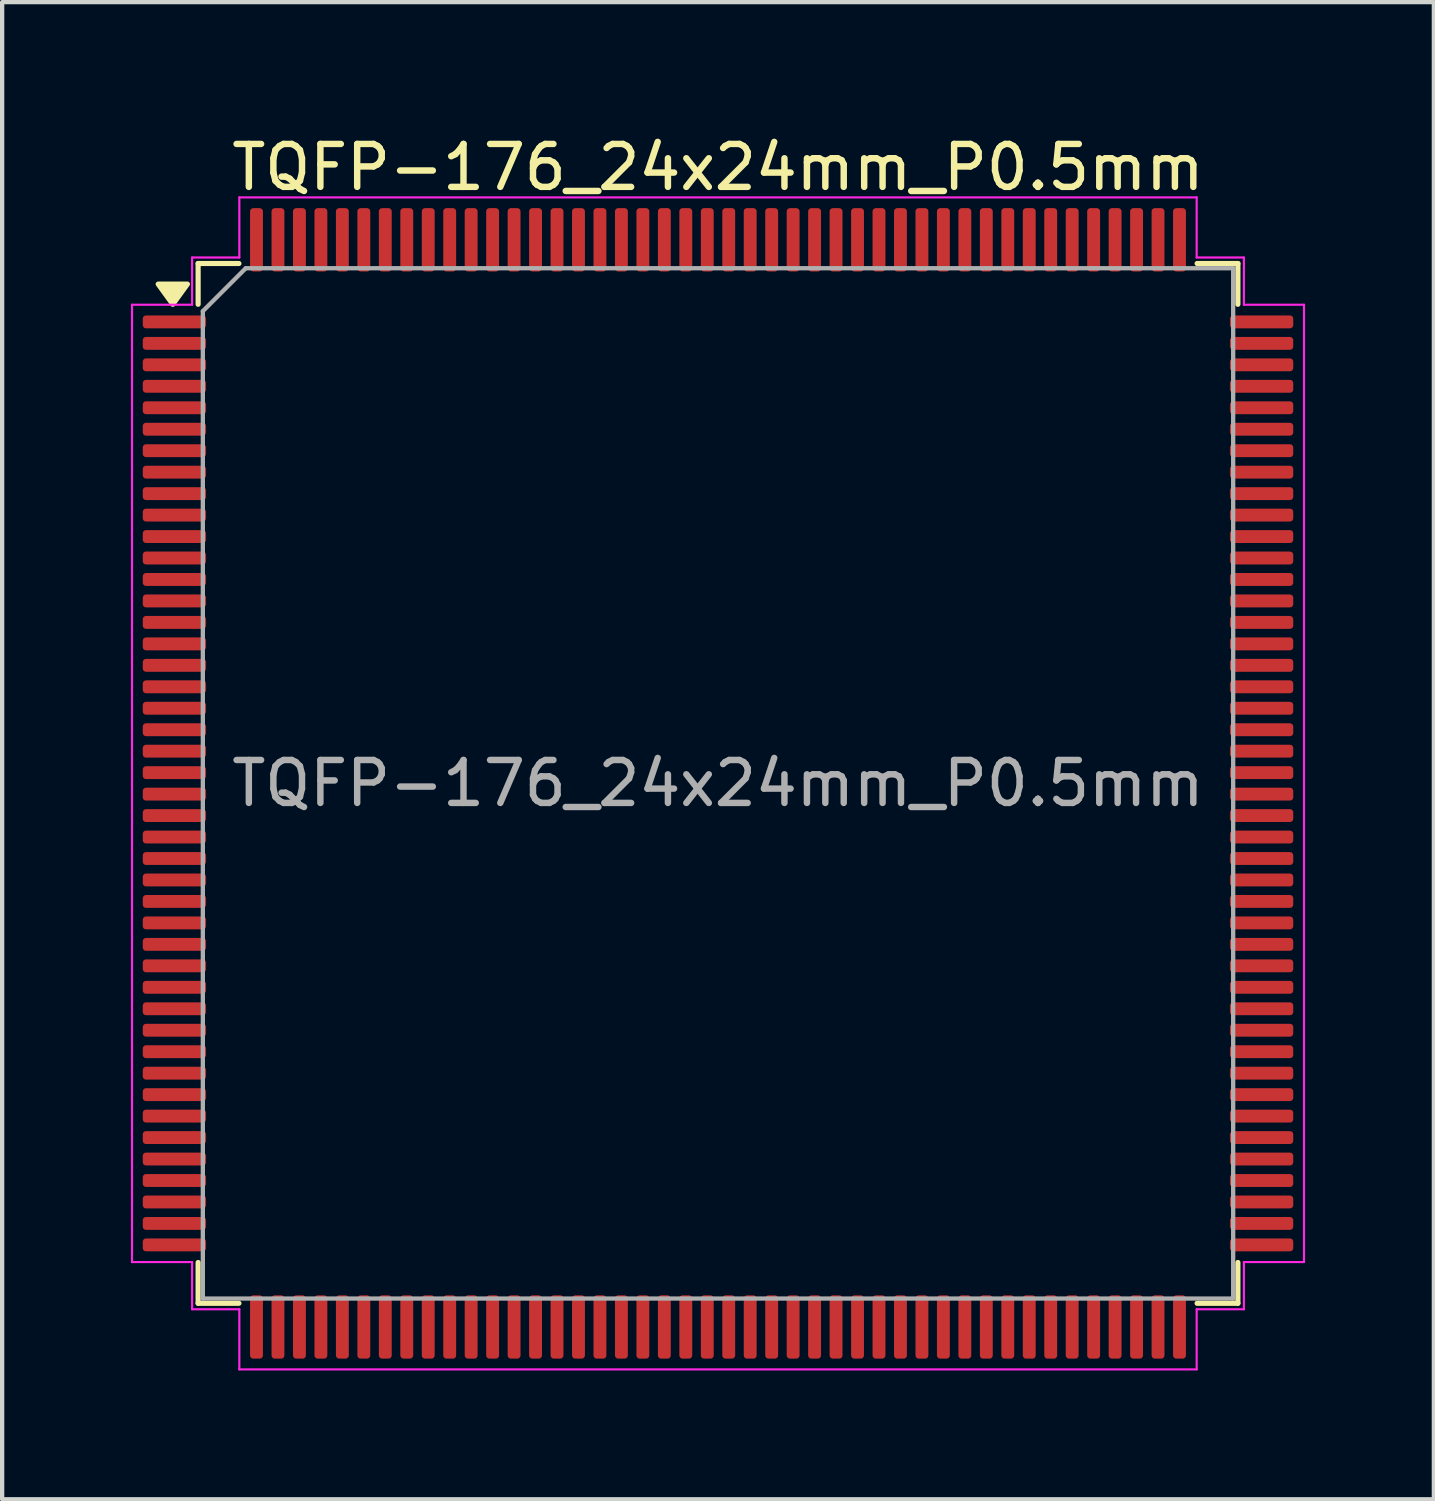
<source format=kicad_pcb>
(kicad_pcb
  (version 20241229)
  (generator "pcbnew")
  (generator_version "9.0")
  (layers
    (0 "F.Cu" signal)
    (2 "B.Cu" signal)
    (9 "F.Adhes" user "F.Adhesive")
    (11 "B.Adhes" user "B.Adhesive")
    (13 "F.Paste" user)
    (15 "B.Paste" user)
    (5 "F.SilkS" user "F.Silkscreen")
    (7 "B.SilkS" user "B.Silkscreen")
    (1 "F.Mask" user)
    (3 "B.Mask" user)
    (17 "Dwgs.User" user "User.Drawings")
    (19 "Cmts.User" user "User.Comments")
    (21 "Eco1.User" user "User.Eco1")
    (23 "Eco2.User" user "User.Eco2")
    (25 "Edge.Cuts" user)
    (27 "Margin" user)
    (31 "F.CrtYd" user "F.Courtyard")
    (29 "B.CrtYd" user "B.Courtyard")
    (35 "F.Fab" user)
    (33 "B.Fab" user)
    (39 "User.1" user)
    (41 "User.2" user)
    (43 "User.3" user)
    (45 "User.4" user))
  (footprint "TQFP-176_24x24mm_P0.5mm"
    (layer "F.Cu")
    (at 13.675 15.198)
    (property "Reference" "TQFP-176_24x24mm_P0.5mm" (at 0 -14.35 0) (layer "F.SilkS") (effects (font (size 1 1) (thickness 0.15))))
    (attr smd)
    (fp_line (start -12.11 -12.11) (end -12.11 -11.16) (stroke (width 0.12) (type solid)) (layer "F.SilkS"))
    (fp_line (start -12.11 12.11) (end -12.11 11.16) (stroke (width 0.12) (type solid)) (layer "F.SilkS"))
    (fp_line (start -11.16 -12.11) (end -12.11 -12.11) (stroke (width 0.12) (type solid)) (layer "F.SilkS"))
    (fp_line (start -11.16 12.11) (end -12.11 12.11) (stroke (width 0.12) (type solid)) (layer "F.SilkS"))
    (fp_line (start 11.16 -12.11) (end 12.11 -12.11) (stroke (width 0.12) (type solid)) (layer "F.SilkS"))
    (fp_line (start 11.16 12.11) (end 12.11 12.11) (stroke (width 0.12) (type solid)) (layer "F.SilkS"))
    (fp_line (start 12.11 -12.11) (end 12.11 -11.16) (stroke (width 0.12) (type solid)) (layer "F.SilkS"))
    (fp_line (start 12.11 12.11) (end 12.11 11.16) (stroke (width 0.12) (type solid)) (layer "F.SilkS"))
    (fp_poly (pts (xy -12.7 -11.16) (xy -13.04 -11.63) (xy -12.36 -11.63)) (stroke (width 0.12) (type solid)) (fill yes) (layer "F.SilkS"))
    (fp_line (start -13.65 -11.15) (end -12.25 -11.15) (stroke (width 0.05) (type solid)) (layer "F.CrtYd"))
    (fp_line (start -13.65 11.15) (end -13.65 -11.15) (stroke (width 0.05) (type solid)) (layer "F.CrtYd"))
    (fp_line (start -12.25 -12.25) (end -11.15 -12.25) (stroke (width 0.05) (type solid)) (layer "F.CrtYd"))
    (fp_line (start -12.25 -11.15) (end -12.25 -12.25) (stroke (width 0.05) (type solid)) (layer "F.CrtYd"))
    (fp_line (start -12.25 11.15) (end -13.65 11.15) (stroke (width 0.05) (type solid)) (layer "F.CrtYd"))
    (fp_line (start -12.25 12.25) (end -12.25 11.15) (stroke (width 0.05) (type solid)) (layer "F.CrtYd"))
    (fp_line (start -11.15 -13.65) (end 11.15 -13.65) (stroke (width 0.05) (type solid)) (layer "F.CrtYd"))
    (fp_line (start -11.15 -12.25) (end -11.15 -13.65) (stroke (width 0.05) (type solid)) (layer "F.CrtYd"))
    (fp_line (start -11.15 12.25) (end -12.25 12.25) (stroke (width 0.05) (type solid)) (layer "F.CrtYd"))
    (fp_line (start -11.15 13.65) (end -11.15 12.25) (stroke (width 0.05) (type solid)) (layer "F.CrtYd"))
    (fp_line (start 11.15 -13.65) (end 11.15 -12.25) (stroke (width 0.05) (type solid)) (layer "F.CrtYd"))
    (fp_line (start 11.15 -12.25) (end 12.25 -12.25) (stroke (width 0.05) (type solid)) (layer "F.CrtYd"))
    (fp_line (start 11.15 12.25) (end 11.15 13.65) (stroke (width 0.05) (type solid)) (layer "F.CrtYd"))
    (fp_line (start 11.15 13.65) (end -11.15 13.65) (stroke (width 0.05) (type solid)) (layer "F.CrtYd"))
    (fp_line (start 12.25 -12.25) (end 12.25 -11.15) (stroke (width 0.05) (type solid)) (layer "F.CrtYd"))
    (fp_line (start 12.25 -11.15) (end 13.65 -11.15) (stroke (width 0.05) (type solid)) (layer "F.CrtYd"))
    (fp_line (start 12.25 11.15) (end 12.25 12.25) (stroke (width 0.05) (type solid)) (layer "F.CrtYd"))
    (fp_line (start 12.25 12.25) (end 11.15 12.25) (stroke (width 0.05) (type solid)) (layer "F.CrtYd"))
    (fp_line (start 13.65 -11.15) (end 13.65 11.15) (stroke (width 0.05) (type solid)) (layer "F.CrtYd"))
    (fp_line (start 13.65 11.15) (end 12.25 11.15) (stroke (width 0.05) (type solid)) (layer "F.CrtYd"))
    (fp_line (start -12 -11) (end -11 -12) (stroke (width 0.1) (type solid)) (layer "F.Fab"))
    (fp_line (start -12 12) (end -12 -11) (stroke (width 0.1) (type solid)) (layer "F.Fab"))
    (fp_line (start -11 -12) (end 12 -12) (stroke (width 0.1) (type solid)) (layer "F.Fab"))
    (fp_line (start 12 -12) (end 12 12) (stroke (width 0.1) (type solid)) (layer "F.Fab"))
    (fp_line (start 12 12) (end -12 12) (stroke (width 0.1) (type solid)) (layer "F.Fab"))
    (fp_text user "${REFERENCE}" (at 0 0 0) (layer "F.Fab") (effects (font (size 1 1) (thickness 0.15))))
    (pad "1" smd roundrect (at -12.662 -10.75) (size 1.475 0.3) (layers "F.Cu" "F.Mask" "F.Paste") (roundrect_rratio 0.25))
    (pad "2" smd roundrect (at -12.662 -10.25) (size 1.475 0.3) (layers "F.Cu" "F.Mask" "F.Paste") (roundrect_rratio 0.25))
    (pad "3" smd roundrect (at -12.662 -9.75) (size 1.475 0.3) (layers "F.Cu" "F.Mask" "F.Paste") (roundrect_rratio 0.25))
    (pad "4" smd roundrect (at -12.662 -9.25) (size 1.475 0.3) (layers "F.Cu" "F.Mask" "F.Paste") (roundrect_rratio 0.25))
    (pad "5" smd roundrect (at -12.662 -8.75) (size 1.475 0.3) (layers "F.Cu" "F.Mask" "F.Paste") (roundrect_rratio 0.25))
    (pad "6" smd roundrect (at -12.662 -8.25) (size 1.475 0.3) (layers "F.Cu" "F.Mask" "F.Paste") (roundrect_rratio 0.25))
    (pad "7" smd roundrect (at -12.662 -7.75) (size 1.475 0.3) (layers "F.Cu" "F.Mask" "F.Paste") (roundrect_rratio 0.25))
    (pad "8" smd roundrect (at -12.662 -7.25) (size 1.475 0.3) (layers "F.Cu" "F.Mask" "F.Paste") (roundrect_rratio 0.25))
    (pad "9" smd roundrect (at -12.662 -6.75) (size 1.475 0.3) (layers "F.Cu" "F.Mask" "F.Paste") (roundrect_rratio 0.25))
    (pad "10" smd roundrect (at -12.662 -6.25) (size 1.475 0.3) (layers "F.Cu" "F.Mask" "F.Paste") (roundrect_rratio 0.25))
    (pad "11" smd roundrect (at -12.662 -5.75) (size 1.475 0.3) (layers "F.Cu" "F.Mask" "F.Paste") (roundrect_rratio 0.25))
    (pad "12" smd roundrect (at -12.662 -5.25) (size 1.475 0.3) (layers "F.Cu" "F.Mask" "F.Paste") (roundrect_rratio 0.25))
    (pad "13" smd roundrect (at -12.662 -4.75) (size 1.475 0.3) (layers "F.Cu" "F.Mask" "F.Paste") (roundrect_rratio 0.25))
    (pad "14" smd roundrect (at -12.662 -4.25) (size 1.475 0.3) (layers "F.Cu" "F.Mask" "F.Paste") (roundrect_rratio 0.25))
    (pad "15" smd roundrect (at -12.662 -3.75) (size 1.475 0.3) (layers "F.Cu" "F.Mask" "F.Paste") (roundrect_rratio 0.25))
    (pad "16" smd roundrect (at -12.662 -3.25) (size 1.475 0.3) (layers "F.Cu" "F.Mask" "F.Paste") (roundrect_rratio 0.25))
    (pad "17" smd roundrect (at -12.662 -2.75) (size 1.475 0.3) (layers "F.Cu" "F.Mask" "F.Paste") (roundrect_rratio 0.25))
    (pad "18" smd roundrect (at -12.662 -2.25) (size 1.475 0.3) (layers "F.Cu" "F.Mask" "F.Paste") (roundrect_rratio 0.25))
    (pad "19" smd roundrect (at -12.662 -1.75) (size 1.475 0.3) (layers "F.Cu" "F.Mask" "F.Paste") (roundrect_rratio 0.25))
    (pad "20" smd roundrect (at -12.662 -1.25) (size 1.475 0.3) (layers "F.Cu" "F.Mask" "F.Paste") (roundrect_rratio 0.25))
    (pad "21" smd roundrect (at -12.662 -0.75) (size 1.475 0.3) (layers "F.Cu" "F.Mask" "F.Paste") (roundrect_rratio 0.25))
    (pad "22" smd roundrect (at -12.662 -0.25) (size 1.475 0.3) (layers "F.Cu" "F.Mask" "F.Paste") (roundrect_rratio 0.25))
    (pad "23" smd roundrect (at -12.662 0.25) (size 1.475 0.3) (layers "F.Cu" "F.Mask" "F.Paste") (roundrect_rratio 0.25))
    (pad "24" smd roundrect (at -12.662 0.75) (size 1.475 0.3) (layers "F.Cu" "F.Mask" "F.Paste") (roundrect_rratio 0.25))
    (pad "25" smd roundrect (at -12.662 1.25) (size 1.475 0.3) (layers "F.Cu" "F.Mask" "F.Paste") (roundrect_rratio 0.25))
    (pad "26" smd roundrect (at -12.662 1.75) (size 1.475 0.3) (layers "F.Cu" "F.Mask" "F.Paste") (roundrect_rratio 0.25))
    (pad "27" smd roundrect (at -12.662 2.25) (size 1.475 0.3) (layers "F.Cu" "F.Mask" "F.Paste") (roundrect_rratio 0.25))
    (pad "28" smd roundrect (at -12.662 2.75) (size 1.475 0.3) (layers "F.Cu" "F.Mask" "F.Paste") (roundrect_rratio 0.25))
    (pad "29" smd roundrect (at -12.662 3.25) (size 1.475 0.3) (layers "F.Cu" "F.Mask" "F.Paste") (roundrect_rratio 0.25))
    (pad "30" smd roundrect (at -12.662 3.75) (size 1.475 0.3) (layers "F.Cu" "F.Mask" "F.Paste") (roundrect_rratio 0.25))
    (pad "31" smd roundrect (at -12.662 4.25) (size 1.475 0.3) (layers "F.Cu" "F.Mask" "F.Paste") (roundrect_rratio 0.25))
    (pad "32" smd roundrect (at -12.662 4.75) (size 1.475 0.3) (layers "F.Cu" "F.Mask" "F.Paste") (roundrect_rratio 0.25))
    (pad "33" smd roundrect (at -12.662 5.25) (size 1.475 0.3) (layers "F.Cu" "F.Mask" "F.Paste") (roundrect_rratio 0.25))
    (pad "34" smd roundrect (at -12.662 5.75) (size 1.475 0.3) (layers "F.Cu" "F.Mask" "F.Paste") (roundrect_rratio 0.25))
    (pad "35" smd roundrect (at -12.662 6.25) (size 1.475 0.3) (layers "F.Cu" "F.Mask" "F.Paste") (roundrect_rratio 0.25))
    (pad "36" smd roundrect (at -12.662 6.75) (size 1.475 0.3) (layers "F.Cu" "F.Mask" "F.Paste") (roundrect_rratio 0.25))
    (pad "37" smd roundrect (at -12.662 7.25) (size 1.475 0.3) (layers "F.Cu" "F.Mask" "F.Paste") (roundrect_rratio 0.25))
    (pad "38" smd roundrect (at -12.662 7.75) (size 1.475 0.3) (layers "F.Cu" "F.Mask" "F.Paste") (roundrect_rratio 0.25))
    (pad "39" smd roundrect (at -12.662 8.25) (size 1.475 0.3) (layers "F.Cu" "F.Mask" "F.Paste") (roundrect_rratio 0.25))
    (pad "40" smd roundrect (at -12.662 8.75) (size 1.475 0.3) (layers "F.Cu" "F.Mask" "F.Paste") (roundrect_rratio 0.25))
    (pad "41" smd roundrect (at -12.662 9.25) (size 1.475 0.3) (layers "F.Cu" "F.Mask" "F.Paste") (roundrect_rratio 0.25))
    (pad "42" smd roundrect (at -12.662 9.75) (size 1.475 0.3) (layers "F.Cu" "F.Mask" "F.Paste") (roundrect_rratio 0.25))
    (pad "43" smd roundrect (at -12.662 10.25) (size 1.475 0.3) (layers "F.Cu" "F.Mask" "F.Paste") (roundrect_rratio 0.25))
    (pad "44" smd roundrect (at -12.662 10.75) (size 1.475 0.3) (layers "F.Cu" "F.Mask" "F.Paste") (roundrect_rratio 0.25))
    (pad "45" smd roundrect (at -10.75 12.662) (size 0.3 1.475) (layers "F.Cu" "F.Mask" "F.Paste") (roundrect_rratio 0.25))
    (pad "46" smd roundrect (at -10.25 12.662) (size 0.3 1.475) (layers "F.Cu" "F.Mask" "F.Paste") (roundrect_rratio 0.25))
    (pad "47" smd roundrect (at -9.75 12.662) (size 0.3 1.475) (layers "F.Cu" "F.Mask" "F.Paste") (roundrect_rratio 0.25))
    (pad "48" smd roundrect (at -9.25 12.662) (size 0.3 1.475) (layers "F.Cu" "F.Mask" "F.Paste") (roundrect_rratio 0.25))
    (pad "49" smd roundrect (at -8.75 12.662) (size 0.3 1.475) (layers "F.Cu" "F.Mask" "F.Paste") (roundrect_rratio 0.25))
    (pad "50" smd roundrect (at -8.25 12.662) (size 0.3 1.475) (layers "F.Cu" "F.Mask" "F.Paste") (roundrect_rratio 0.25))
    (pad "51" smd roundrect (at -7.75 12.662) (size 0.3 1.475) (layers "F.Cu" "F.Mask" "F.Paste") (roundrect_rratio 0.25))
    (pad "52" smd roundrect (at -7.25 12.662) (size 0.3 1.475) (layers "F.Cu" "F.Mask" "F.Paste") (roundrect_rratio 0.25))
    (pad "53" smd roundrect (at -6.75 12.662) (size 0.3 1.475) (layers "F.Cu" "F.Mask" "F.Paste") (roundrect_rratio 0.25))
    (pad "54" smd roundrect (at -6.25 12.662) (size 0.3 1.475) (layers "F.Cu" "F.Mask" "F.Paste") (roundrect_rratio 0.25))
    (pad "55" smd roundrect (at -5.75 12.662) (size 0.3 1.475) (layers "F.Cu" "F.Mask" "F.Paste") (roundrect_rratio 0.25))
    (pad "56" smd roundrect (at -5.25 12.662) (size 0.3 1.475) (layers "F.Cu" "F.Mask" "F.Paste") (roundrect_rratio 0.25))
    (pad "57" smd roundrect (at -4.75 12.662) (size 0.3 1.475) (layers "F.Cu" "F.Mask" "F.Paste") (roundrect_rratio 0.25))
    (pad "58" smd roundrect (at -4.25 12.662) (size 0.3 1.475) (layers "F.Cu" "F.Mask" "F.Paste") (roundrect_rratio 0.25))
    (pad "59" smd roundrect (at -3.75 12.662) (size 0.3 1.475) (layers "F.Cu" "F.Mask" "F.Paste") (roundrect_rratio 0.25))
    (pad "60" smd roundrect (at -3.25 12.662) (size 0.3 1.475) (layers "F.Cu" "F.Mask" "F.Paste") (roundrect_rratio 0.25))
    (pad "61" smd roundrect (at -2.75 12.662) (size 0.3 1.475) (layers "F.Cu" "F.Mask" "F.Paste") (roundrect_rratio 0.25))
    (pad "62" smd roundrect (at -2.25 12.662) (size 0.3 1.475) (layers "F.Cu" "F.Mask" "F.Paste") (roundrect_rratio 0.25))
    (pad "63" smd roundrect (at -1.75 12.662) (size 0.3 1.475) (layers "F.Cu" "F.Mask" "F.Paste") (roundrect_rratio 0.25))
    (pad "64" smd roundrect (at -1.25 12.662) (size 0.3 1.475) (layers "F.Cu" "F.Mask" "F.Paste") (roundrect_rratio 0.25))
    (pad "65" smd roundrect (at -0.75 12.662) (size 0.3 1.475) (layers "F.Cu" "F.Mask" "F.Paste") (roundrect_rratio 0.25))
    (pad "66" smd roundrect (at -0.25 12.662) (size 0.3 1.475) (layers "F.Cu" "F.Mask" "F.Paste") (roundrect_rratio 0.25))
    (pad "67" smd roundrect (at 0.25 12.662) (size 0.3 1.475) (layers "F.Cu" "F.Mask" "F.Paste") (roundrect_rratio 0.25))
    (pad "68" smd roundrect (at 0.75 12.662) (size 0.3 1.475) (layers "F.Cu" "F.Mask" "F.Paste") (roundrect_rratio 0.25))
    (pad "69" smd roundrect (at 1.25 12.662) (size 0.3 1.475) (layers "F.Cu" "F.Mask" "F.Paste") (roundrect_rratio 0.25))
    (pad "70" smd roundrect (at 1.75 12.662) (size 0.3 1.475) (layers "F.Cu" "F.Mask" "F.Paste") (roundrect_rratio 0.25))
    (pad "71" smd roundrect (at 2.25 12.662) (size 0.3 1.475) (layers "F.Cu" "F.Mask" "F.Paste") (roundrect_rratio 0.25))
    (pad "72" smd roundrect (at 2.75 12.662) (size 0.3 1.475) (layers "F.Cu" "F.Mask" "F.Paste") (roundrect_rratio 0.25))
    (pad "73" smd roundrect (at 3.25 12.662) (size 0.3 1.475) (layers "F.Cu" "F.Mask" "F.Paste") (roundrect_rratio 0.25))
    (pad "74" smd roundrect (at 3.75 12.662) (size 0.3 1.475) (layers "F.Cu" "F.Mask" "F.Paste") (roundrect_rratio 0.25))
    (pad "75" smd roundrect (at 4.25 12.662) (size 0.3 1.475) (layers "F.Cu" "F.Mask" "F.Paste") (roundrect_rratio 0.25))
    (pad "76" smd roundrect (at 4.75 12.662) (size 0.3 1.475) (layers "F.Cu" "F.Mask" "F.Paste") (roundrect_rratio 0.25))
    (pad "77" smd roundrect (at 5.25 12.662) (size 0.3 1.475) (layers "F.Cu" "F.Mask" "F.Paste") (roundrect_rratio 0.25))
    (pad "78" smd roundrect (at 5.75 12.662) (size 0.3 1.475) (layers "F.Cu" "F.Mask" "F.Paste") (roundrect_rratio 0.25))
    (pad "79" smd roundrect (at 6.25 12.662) (size 0.3 1.475) (layers "F.Cu" "F.Mask" "F.Paste") (roundrect_rratio 0.25))
    (pad "80" smd roundrect (at 6.75 12.662) (size 0.3 1.475) (layers "F.Cu" "F.Mask" "F.Paste") (roundrect_rratio 0.25))
    (pad "81" smd roundrect (at 7.25 12.662) (size 0.3 1.475) (layers "F.Cu" "F.Mask" "F.Paste") (roundrect_rratio 0.25))
    (pad "82" smd roundrect (at 7.75 12.662) (size 0.3 1.475) (layers "F.Cu" "F.Mask" "F.Paste") (roundrect_rratio 0.25))
    (pad "83" smd roundrect (at 8.25 12.662) (size 0.3 1.475) (layers "F.Cu" "F.Mask" "F.Paste") (roundrect_rratio 0.25))
    (pad "84" smd roundrect (at 8.75 12.662) (size 0.3 1.475) (layers "F.Cu" "F.Mask" "F.Paste") (roundrect_rratio 0.25))
    (pad "85" smd roundrect (at 9.25 12.662) (size 0.3 1.475) (layers "F.Cu" "F.Mask" "F.Paste") (roundrect_rratio 0.25))
    (pad "86" smd roundrect (at 9.75 12.662) (size 0.3 1.475) (layers "F.Cu" "F.Mask" "F.Paste") (roundrect_rratio 0.25))
    (pad "87" smd roundrect (at 10.25 12.662) (size 0.3 1.475) (layers "F.Cu" "F.Mask" "F.Paste") (roundrect_rratio 0.25))
    (pad "88" smd roundrect (at 10.75 12.662) (size 0.3 1.475) (layers "F.Cu" "F.Mask" "F.Paste") (roundrect_rratio 0.25))
    (pad "89" smd roundrect (at 12.662 10.75) (size 1.475 0.3) (layers "F.Cu" "F.Mask" "F.Paste") (roundrect_rratio 0.25))
    (pad "90" smd roundrect (at 12.662 10.25) (size 1.475 0.3) (layers "F.Cu" "F.Mask" "F.Paste") (roundrect_rratio 0.25))
    (pad "91" smd roundrect (at 12.662 9.75) (size 1.475 0.3) (layers "F.Cu" "F.Mask" "F.Paste") (roundrect_rratio 0.25))
    (pad "92" smd roundrect (at 12.662 9.25) (size 1.475 0.3) (layers "F.Cu" "F.Mask" "F.Paste") (roundrect_rratio 0.25))
    (pad "93" smd roundrect (at 12.662 8.75) (size 1.475 0.3) (layers "F.Cu" "F.Mask" "F.Paste") (roundrect_rratio 0.25))
    (pad "94" smd roundrect (at 12.662 8.25) (size 1.475 0.3) (layers "F.Cu" "F.Mask" "F.Paste") (roundrect_rratio 0.25))
    (pad "95" smd roundrect (at 12.662 7.75) (size 1.475 0.3) (layers "F.Cu" "F.Mask" "F.Paste") (roundrect_rratio 0.25))
    (pad "96" smd roundrect (at 12.662 7.25) (size 1.475 0.3) (layers "F.Cu" "F.Mask" "F.Paste") (roundrect_rratio 0.25))
    (pad "97" smd roundrect (at 12.662 6.75) (size 1.475 0.3) (layers "F.Cu" "F.Mask" "F.Paste") (roundrect_rratio 0.25))
    (pad "98" smd roundrect (at 12.662 6.25) (size 1.475 0.3) (layers "F.Cu" "F.Mask" "F.Paste") (roundrect_rratio 0.25))
    (pad "99" smd roundrect (at 12.662 5.75) (size 1.475 0.3) (layers "F.Cu" "F.Mask" "F.Paste") (roundrect_rratio 0.25))
    (pad "100" smd roundrect (at 12.662 5.25) (size 1.475 0.3) (layers "F.Cu" "F.Mask" "F.Paste") (roundrect_rratio 0.25))
    (pad "101" smd roundrect (at 12.662 4.75) (size 1.475 0.3) (layers "F.Cu" "F.Mask" "F.Paste") (roundrect_rratio 0.25))
    (pad "102" smd roundrect (at 12.662 4.25) (size 1.475 0.3) (layers "F.Cu" "F.Mask" "F.Paste") (roundrect_rratio 0.25))
    (pad "103" smd roundrect (at 12.662 3.75) (size 1.475 0.3) (layers "F.Cu" "F.Mask" "F.Paste") (roundrect_rratio 0.25))
    (pad "104" smd roundrect (at 12.662 3.25) (size 1.475 0.3) (layers "F.Cu" "F.Mask" "F.Paste") (roundrect_rratio 0.25))
    (pad "105" smd roundrect (at 12.662 2.75) (size 1.475 0.3) (layers "F.Cu" "F.Mask" "F.Paste") (roundrect_rratio 0.25))
    (pad "106" smd roundrect (at 12.662 2.25) (size 1.475 0.3) (layers "F.Cu" "F.Mask" "F.Paste") (roundrect_rratio 0.25))
    (pad "107" smd roundrect (at 12.662 1.75) (size 1.475 0.3) (layers "F.Cu" "F.Mask" "F.Paste") (roundrect_rratio 0.25))
    (pad "108" smd roundrect (at 12.662 1.25) (size 1.475 0.3) (layers "F.Cu" "F.Mask" "F.Paste") (roundrect_rratio 0.25))
    (pad "109" smd roundrect (at 12.662 0.75) (size 1.475 0.3) (layers "F.Cu" "F.Mask" "F.Paste") (roundrect_rratio 0.25))
    (pad "110" smd roundrect (at 12.662 0.25) (size 1.475 0.3) (layers "F.Cu" "F.Mask" "F.Paste") (roundrect_rratio 0.25))
    (pad "111" smd roundrect (at 12.662 -0.25) (size 1.475 0.3) (layers "F.Cu" "F.Mask" "F.Paste") (roundrect_rratio 0.25))
    (pad "112" smd roundrect (at 12.662 -0.75) (size 1.475 0.3) (layers "F.Cu" "F.Mask" "F.Paste") (roundrect_rratio 0.25))
    (pad "113" smd roundrect (at 12.662 -1.25) (size 1.475 0.3) (layers "F.Cu" "F.Mask" "F.Paste") (roundrect_rratio 0.25))
    (pad "114" smd roundrect (at 12.662 -1.75) (size 1.475 0.3) (layers "F.Cu" "F.Mask" "F.Paste") (roundrect_rratio 0.25))
    (pad "115" smd roundrect (at 12.662 -2.25) (size 1.475 0.3) (layers "F.Cu" "F.Mask" "F.Paste") (roundrect_rratio 0.25))
    (pad "116" smd roundrect (at 12.662 -2.75) (size 1.475 0.3) (layers "F.Cu" "F.Mask" "F.Paste") (roundrect_rratio 0.25))
    (pad "117" smd roundrect (at 12.662 -3.25) (size 1.475 0.3) (layers "F.Cu" "F.Mask" "F.Paste") (roundrect_rratio 0.25))
    (pad "118" smd roundrect (at 12.662 -3.75) (size 1.475 0.3) (layers "F.Cu" "F.Mask" "F.Paste") (roundrect_rratio 0.25))
    (pad "119" smd roundrect (at 12.662 -4.25) (size 1.475 0.3) (layers "F.Cu" "F.Mask" "F.Paste") (roundrect_rratio 0.25))
    (pad "120" smd roundrect (at 12.662 -4.75) (size 1.475 0.3) (layers "F.Cu" "F.Mask" "F.Paste") (roundrect_rratio 0.25))
    (pad "121" smd roundrect (at 12.662 -5.25) (size 1.475 0.3) (layers "F.Cu" "F.Mask" "F.Paste") (roundrect_rratio 0.25))
    (pad "122" smd roundrect (at 12.662 -5.75) (size 1.475 0.3) (layers "F.Cu" "F.Mask" "F.Paste") (roundrect_rratio 0.25))
    (pad "123" smd roundrect (at 12.662 -6.25) (size 1.475 0.3) (layers "F.Cu" "F.Mask" "F.Paste") (roundrect_rratio 0.25))
    (pad "124" smd roundrect (at 12.662 -6.75) (size 1.475 0.3) (layers "F.Cu" "F.Mask" "F.Paste") (roundrect_rratio 0.25))
    (pad "125" smd roundrect (at 12.662 -7.25) (size 1.475 0.3) (layers "F.Cu" "F.Mask" "F.Paste") (roundrect_rratio 0.25))
    (pad "126" smd roundrect (at 12.662 -7.75) (size 1.475 0.3) (layers "F.Cu" "F.Mask" "F.Paste") (roundrect_rratio 0.25))
    (pad "127" smd roundrect (at 12.662 -8.25) (size 1.475 0.3) (layers "F.Cu" "F.Mask" "F.Paste") (roundrect_rratio 0.25))
    (pad "128" smd roundrect (at 12.662 -8.75) (size 1.475 0.3) (layers "F.Cu" "F.Mask" "F.Paste") (roundrect_rratio 0.25))
    (pad "129" smd roundrect (at 12.662 -9.25) (size 1.475 0.3) (layers "F.Cu" "F.Mask" "F.Paste") (roundrect_rratio 0.25))
    (pad "130" smd roundrect (at 12.662 -9.75) (size 1.475 0.3) (layers "F.Cu" "F.Mask" "F.Paste") (roundrect_rratio 0.25))
    (pad "131" smd roundrect (at 12.662 -10.25) (size 1.475 0.3) (layers "F.Cu" "F.Mask" "F.Paste") (roundrect_rratio 0.25))
    (pad "132" smd roundrect (at 12.662 -10.75) (size 1.475 0.3) (layers "F.Cu" "F.Mask" "F.Paste") (roundrect_rratio 0.25))
    (pad "133" smd roundrect (at 10.75 -12.662) (size 0.3 1.475) (layers "F.Cu" "F.Mask" "F.Paste") (roundrect_rratio 0.25))
    (pad "134" smd roundrect (at 10.25 -12.662) (size 0.3 1.475) (layers "F.Cu" "F.Mask" "F.Paste") (roundrect_rratio 0.25))
    (pad "135" smd roundrect (at 9.75 -12.662) (size 0.3 1.475) (layers "F.Cu" "F.Mask" "F.Paste") (roundrect_rratio 0.25))
    (pad "136" smd roundrect (at 9.25 -12.662) (size 0.3 1.475) (layers "F.Cu" "F.Mask" "F.Paste") (roundrect_rratio 0.25))
    (pad "137" smd roundrect (at 8.75 -12.662) (size 0.3 1.475) (layers "F.Cu" "F.Mask" "F.Paste") (roundrect_rratio 0.25))
    (pad "138" smd roundrect (at 8.25 -12.662) (size 0.3 1.475) (layers "F.Cu" "F.Mask" "F.Paste") (roundrect_rratio 0.25))
    (pad "139" smd roundrect (at 7.75 -12.662) (size 0.3 1.475) (layers "F.Cu" "F.Mask" "F.Paste") (roundrect_rratio 0.25))
    (pad "140" smd roundrect (at 7.25 -12.662) (size 0.3 1.475) (layers "F.Cu" "F.Mask" "F.Paste") (roundrect_rratio 0.25))
    (pad "141" smd roundrect (at 6.75 -12.662) (size 0.3 1.475) (layers "F.Cu" "F.Mask" "F.Paste") (roundrect_rratio 0.25))
    (pad "142" smd roundrect (at 6.25 -12.662) (size 0.3 1.475) (layers "F.Cu" "F.Mask" "F.Paste") (roundrect_rratio 0.25))
    (pad "143" smd roundrect (at 5.75 -12.662) (size 0.3 1.475) (layers "F.Cu" "F.Mask" "F.Paste") (roundrect_rratio 0.25))
    (pad "144" smd roundrect (at 5.25 -12.662) (size 0.3 1.475) (layers "F.Cu" "F.Mask" "F.Paste") (roundrect_rratio 0.25))
    (pad "145" smd roundrect (at 4.75 -12.662) (size 0.3 1.475) (layers "F.Cu" "F.Mask" "F.Paste") (roundrect_rratio 0.25))
    (pad "146" smd roundrect (at 4.25 -12.662) (size 0.3 1.475) (layers "F.Cu" "F.Mask" "F.Paste") (roundrect_rratio 0.25))
    (pad "147" smd roundrect (at 3.75 -12.662) (size 0.3 1.475) (layers "F.Cu" "F.Mask" "F.Paste") (roundrect_rratio 0.25))
    (pad "148" smd roundrect (at 3.25 -12.662) (size 0.3 1.475) (layers "F.Cu" "F.Mask" "F.Paste") (roundrect_rratio 0.25))
    (pad "149" smd roundrect (at 2.75 -12.662) (size 0.3 1.475) (layers "F.Cu" "F.Mask" "F.Paste") (roundrect_rratio 0.25))
    (pad "150" smd roundrect (at 2.25 -12.662) (size 0.3 1.475) (layers "F.Cu" "F.Mask" "F.Paste") (roundrect_rratio 0.25))
    (pad "151" smd roundrect (at 1.75 -12.662) (size 0.3 1.475) (layers "F.Cu" "F.Mask" "F.Paste") (roundrect_rratio 0.25))
    (pad "152" smd roundrect (at 1.25 -12.662) (size 0.3 1.475) (layers "F.Cu" "F.Mask" "F.Paste") (roundrect_rratio 0.25))
    (pad "153" smd roundrect (at 0.75 -12.662) (size 0.3 1.475) (layers "F.Cu" "F.Mask" "F.Paste") (roundrect_rratio 0.25))
    (pad "154" smd roundrect (at 0.25 -12.662) (size 0.3 1.475) (layers "F.Cu" "F.Mask" "F.Paste") (roundrect_rratio 0.25))
    (pad "155" smd roundrect (at -0.25 -12.662) (size 0.3 1.475) (layers "F.Cu" "F.Mask" "F.Paste") (roundrect_rratio 0.25))
    (pad "156" smd roundrect (at -0.75 -12.662) (size 0.3 1.475) (layers "F.Cu" "F.Mask" "F.Paste") (roundrect_rratio 0.25))
    (pad "157" smd roundrect (at -1.25 -12.662) (size 0.3 1.475) (layers "F.Cu" "F.Mask" "F.Paste") (roundrect_rratio 0.25))
    (pad "158" smd roundrect (at -1.75 -12.662) (size 0.3 1.475) (layers "F.Cu" "F.Mask" "F.Paste") (roundrect_rratio 0.25))
    (pad "159" smd roundrect (at -2.25 -12.662) (size 0.3 1.475) (layers "F.Cu" "F.Mask" "F.Paste") (roundrect_rratio 0.25))
    (pad "160" smd roundrect (at -2.75 -12.662) (size 0.3 1.475) (layers "F.Cu" "F.Mask" "F.Paste") (roundrect_rratio 0.25))
    (pad "161" smd roundrect (at -3.25 -12.662) (size 0.3 1.475) (layers "F.Cu" "F.Mask" "F.Paste") (roundrect_rratio 0.25))
    (pad "162" smd roundrect (at -3.75 -12.662) (size 0.3 1.475) (layers "F.Cu" "F.Mask" "F.Paste") (roundrect_rratio 0.25))
    (pad "163" smd roundrect (at -4.25 -12.662) (size 0.3 1.475) (layers "F.Cu" "F.Mask" "F.Paste") (roundrect_rratio 0.25))
    (pad "164" smd roundrect (at -4.75 -12.662) (size 0.3 1.475) (layers "F.Cu" "F.Mask" "F.Paste") (roundrect_rratio 0.25))
    (pad "165" smd roundrect (at -5.25 -12.662) (size 0.3 1.475) (layers "F.Cu" "F.Mask" "F.Paste") (roundrect_rratio 0.25))
    (pad "166" smd roundrect (at -5.75 -12.662) (size 0.3 1.475) (layers "F.Cu" "F.Mask" "F.Paste") (roundrect_rratio 0.25))
    (pad "167" smd roundrect (at -6.25 -12.662) (size 0.3 1.475) (layers "F.Cu" "F.Mask" "F.Paste") (roundrect_rratio 0.25))
    (pad "168" smd roundrect (at -6.75 -12.662) (size 0.3 1.475) (layers "F.Cu" "F.Mask" "F.Paste") (roundrect_rratio 0.25))
    (pad "169" smd roundrect (at -7.25 -12.662) (size 0.3 1.475) (layers "F.Cu" "F.Mask" "F.Paste") (roundrect_rratio 0.25))
    (pad "170" smd roundrect (at -7.75 -12.662) (size 0.3 1.475) (layers "F.Cu" "F.Mask" "F.Paste") (roundrect_rratio 0.25))
    (pad "171" smd roundrect (at -8.25 -12.662) (size 0.3 1.475) (layers "F.Cu" "F.Mask" "F.Paste") (roundrect_rratio 0.25))
    (pad "172" smd roundrect (at -8.75 -12.662) (size 0.3 1.475) (layers "F.Cu" "F.Mask" "F.Paste") (roundrect_rratio 0.25))
    (pad "173" smd roundrect (at -9.25 -12.662) (size 0.3 1.475) (layers "F.Cu" "F.Mask" "F.Paste") (roundrect_rratio 0.25))
    (pad "174" smd roundrect (at -9.75 -12.662) (size 0.3 1.475) (layers "F.Cu" "F.Mask" "F.Paste") (roundrect_rratio 0.25))
    (pad "175" smd roundrect (at -10.25 -12.662) (size 0.3 1.475) (layers "F.Cu" "F.Mask" "F.Paste") (roundrect_rratio 0.25))
    (pad "176" smd roundrect (at -10.75 -12.662) (size 0.3 1.475) (layers "F.Cu" "F.Mask" "F.Paste") (roundrect_rratio 0.25)))
  (gr_rect
    (start -3 -3)
    (end 30.35 31.873)
    (stroke (width 0.1) (type default))
    (fill no)
    (layer "Edge.Cuts")))
</source>
